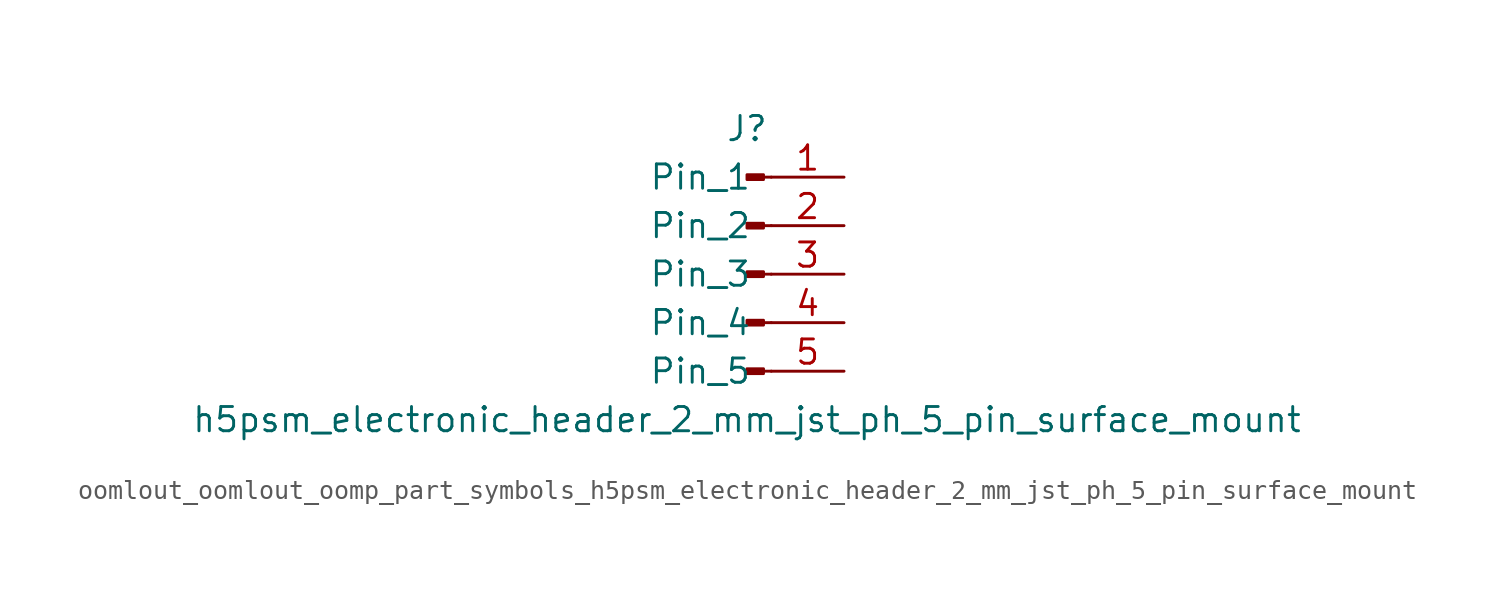
<source format=kicad_sym>
(kicad_symbol_lib
  (version 20220914)
  (generator kicad_symbol_editor)
  (symbol "oomlout_oomlout_oomp_part_symbols_h5psm_electronic_header_2_mm_jst_ph_5_pin_surface_mount"
    (pin_names
      (offset 1.016))
    (property "Reference" "J"
      (at 0 7.62 0)
      (effects (font (size 1.27 1.27))))
    (property "Value" "h5psm_electronic_header_2_mm_jst_ph_5_pin_surface_mount"
      (at 0 -7.62 0)
      (effects (font (size 1.27 1.27))))
    (property "ki_locked" ""
      (at 0 0 0)
      (effects (font (size 1.27 1.27))))
    (symbol "oomlout_oomlout_oomp_part_symbols_h5psm_electronic_header_2_mm_jst_ph_5_pin_surface_mount_1_1"
      (polyline (pts (xy 1.27 -5.08) (xy 0.864 -5.08)) (stroke (width 0.152) (type default)) (fill (type none)))
      (polyline (pts (xy 1.27 -2.54) (xy 0.864 -2.54)) (stroke (width 0.152) (type default)) (fill (type none)))
      (polyline (pts (xy 1.27 0) (xy 0.864 0)) (stroke (width 0.152) (type default)) (fill (type none)))
      (polyline (pts (xy 1.27 2.54) (xy 0.864 2.54)) (stroke (width 0.152) (type default)) (fill (type none)))
      (polyline (pts (xy 1.27 5.08) (xy 0.864 5.08)) (stroke (width 0.152) (type default)) (fill (type none)))
      (rectangle (start 0.864 -4.953) (end 0 -5.207) (stroke (width 0.152) (type default)) (fill (type outline)))
      (rectangle (start 0.864 -2.413) (end 0 -2.667) (stroke (width 0.152) (type default)) (fill (type outline)))
      (rectangle (start 0.864 0.127) (end 0 -0.127) (stroke (width 0.152) (type default)) (fill (type outline)))
      (rectangle (start 0.864 2.667) (end 0 2.413) (stroke (width 0.152) (type default)) (fill (type outline)))
      (rectangle (start 0.864 5.207) (end 0 4.953) (stroke (width 0.152) (type default)) (fill (type outline)))
      (pin passive line (at 5.08 5.08 180) (length 3.81) (name "Pin_1" (effects (font (size 1.27 1.27)))) (number "1" (effects (font (size 1.27 1.27)))))
      (pin passive line (at 5.08 2.54 180) (length 3.81) (name "Pin_2" (effects (font (size 1.27 1.27)))) (number "2" (effects (font (size 1.27 1.27)))))
      (pin passive line (at 5.08 0 180) (length 3.81) (name "Pin_3" (effects (font (size 1.27 1.27)))) (number "3" (effects (font (size 1.27 1.27)))))
      (pin passive line (at 5.08 -2.54 180) (length 3.81) (name "Pin_4" (effects (font (size 1.27 1.27)))) (number "4" (effects (font (size 1.27 1.27)))))
      (pin passive line (at 5.08 -5.08 180) (length 3.81) (name "Pin_5" (effects (font (size 1.27 1.27)))) (number "5" (effects (font (size 1.27 1.27))))))))
</source>
